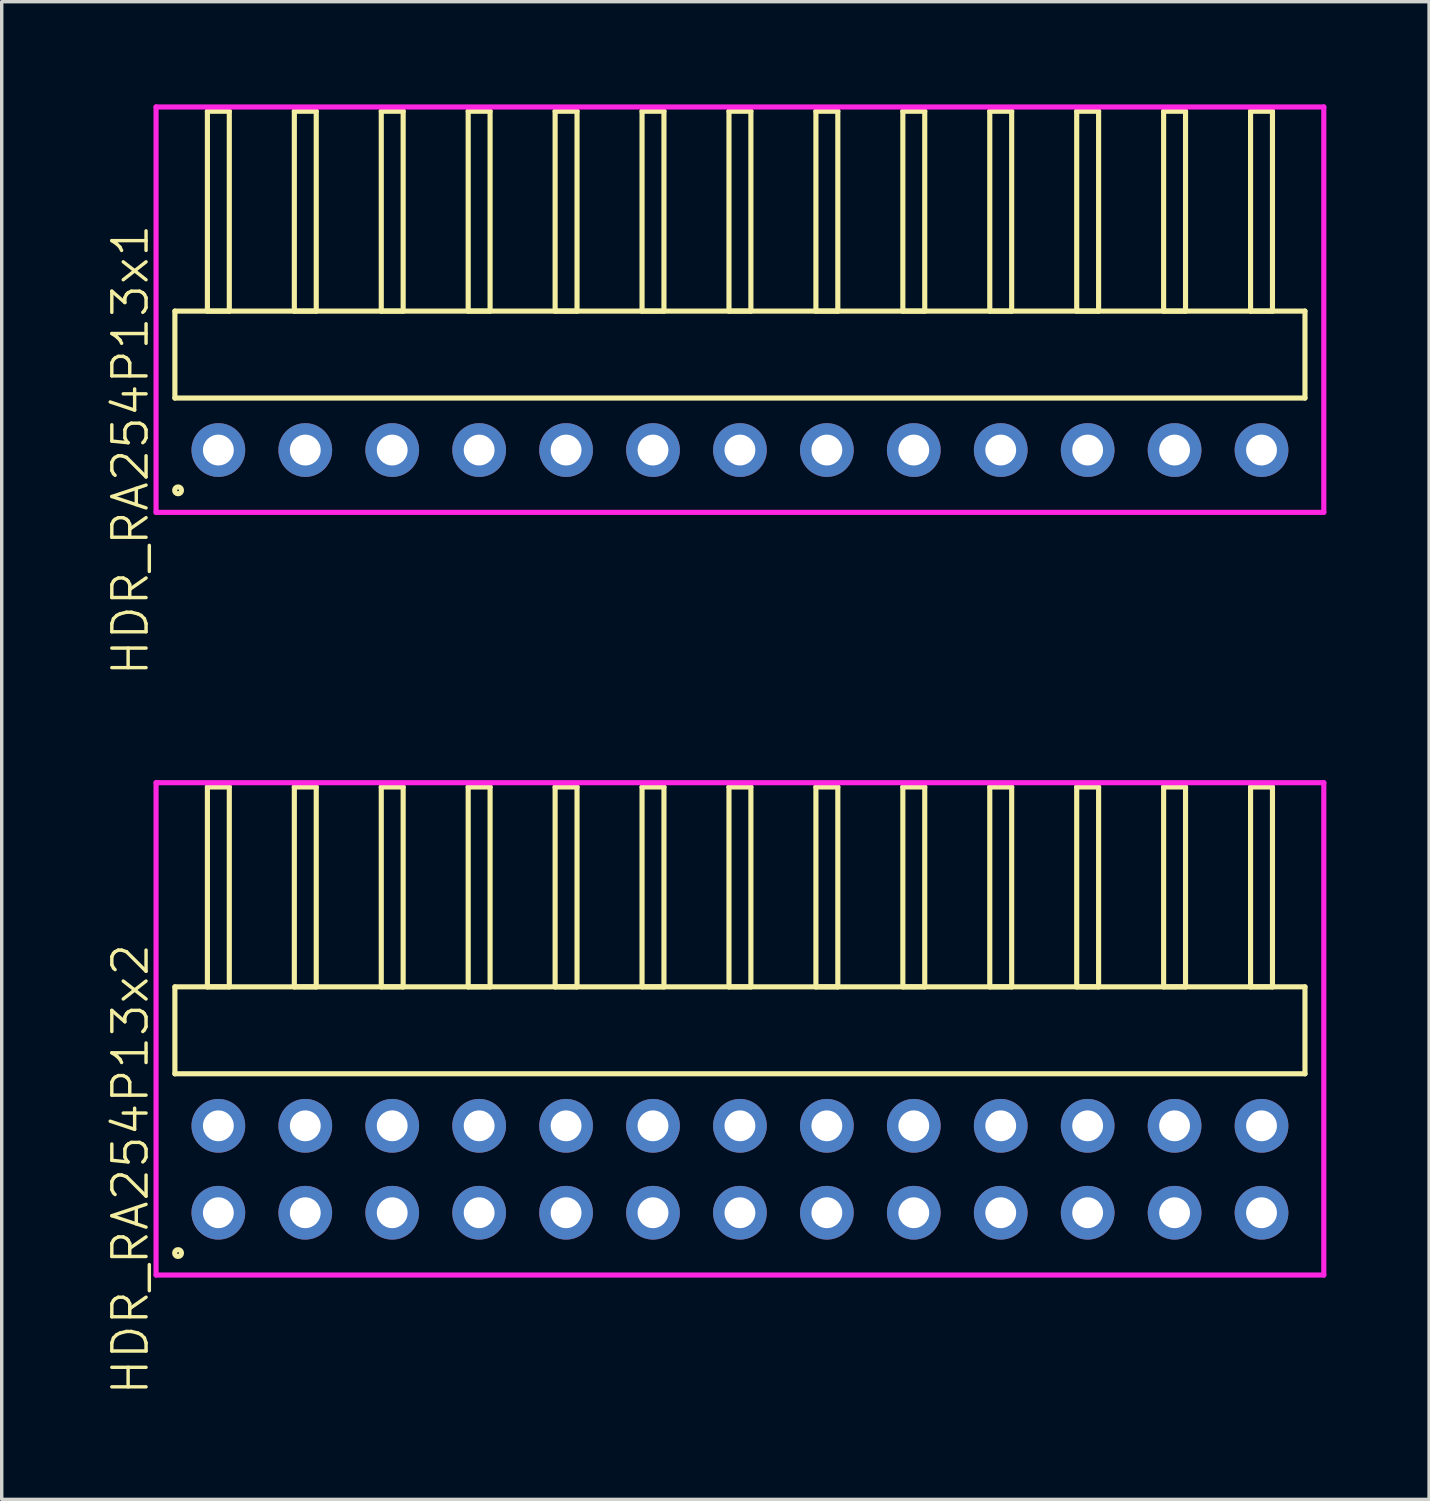
<source format=kicad_pcb>
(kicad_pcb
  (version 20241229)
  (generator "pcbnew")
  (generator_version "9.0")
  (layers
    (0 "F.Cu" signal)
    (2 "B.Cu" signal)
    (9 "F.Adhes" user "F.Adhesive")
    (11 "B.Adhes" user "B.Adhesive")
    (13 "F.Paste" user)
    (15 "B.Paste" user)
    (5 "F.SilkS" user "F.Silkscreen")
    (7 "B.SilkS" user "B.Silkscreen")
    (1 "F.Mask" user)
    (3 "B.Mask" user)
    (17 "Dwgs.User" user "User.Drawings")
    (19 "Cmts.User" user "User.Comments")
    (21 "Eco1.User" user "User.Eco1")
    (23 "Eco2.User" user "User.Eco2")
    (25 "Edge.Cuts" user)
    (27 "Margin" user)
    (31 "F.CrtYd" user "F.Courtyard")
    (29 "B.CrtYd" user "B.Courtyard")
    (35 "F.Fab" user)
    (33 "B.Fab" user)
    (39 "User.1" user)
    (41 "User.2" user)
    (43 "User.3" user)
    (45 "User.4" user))
  (footprint "HDR_RA254P13x1"
    (layer "F.Cu")
    (at 18.57 10.1)
    (property "Reference" "HDR_RA254P13x1" (at -17.81 0 90) (layer "F.SilkS") (effects (font (size 1 1) (thickness 0.1))))
    (attr through_hole)
    (fp_line (start -16.51 -4.06) (end -16.51 -1.52) (stroke (width 0.15) (type solid)) (layer "F.SilkS"))
    (fp_line (start -16.51 -1.52) (end 16.51 -1.52) (stroke (width 0.15) (type solid)) (layer "F.SilkS"))
    (fp_line (start -15.56 -9.9) (end -15.56 -4.06) (stroke (width 0.15) (type solid)) (layer "F.SilkS"))
    (fp_line (start -15.56 -4.06) (end -14.92 -4.06) (stroke (width 0.15) (type solid)) (layer "F.SilkS"))
    (fp_line (start -14.92 -9.9) (end -15.56 -9.9) (stroke (width 0.15) (type solid)) (layer "F.SilkS"))
    (fp_line (start -14.92 -4.06) (end -14.92 -9.9) (stroke (width 0.15) (type solid)) (layer "F.SilkS"))
    (fp_line (start -13.02 -9.9) (end -13.02 -4.06) (stroke (width 0.15) (type solid)) (layer "F.SilkS"))
    (fp_line (start -13.02 -4.06) (end -12.38 -4.06) (stroke (width 0.15) (type solid)) (layer "F.SilkS"))
    (fp_line (start -12.38 -9.9) (end -13.02 -9.9) (stroke (width 0.15) (type solid)) (layer "F.SilkS"))
    (fp_line (start -12.38 -4.06) (end -12.38 -9.9) (stroke (width 0.15) (type solid)) (layer "F.SilkS"))
    (fp_line (start -10.48 -9.9) (end -10.48 -4.06) (stroke (width 0.15) (type solid)) (layer "F.SilkS"))
    (fp_line (start -10.48 -4.06) (end -9.84 -4.06) (stroke (width 0.15) (type solid)) (layer "F.SilkS"))
    (fp_line (start -9.84 -9.9) (end -10.48 -9.9) (stroke (width 0.15) (type solid)) (layer "F.SilkS"))
    (fp_line (start -9.84 -4.06) (end -9.84 -9.9) (stroke (width 0.15) (type solid)) (layer "F.SilkS"))
    (fp_line (start -7.94 -9.9) (end -7.94 -4.06) (stroke (width 0.15) (type solid)) (layer "F.SilkS"))
    (fp_line (start -7.94 -4.06) (end -7.3 -4.06) (stroke (width 0.15) (type solid)) (layer "F.SilkS"))
    (fp_line (start -7.3 -9.9) (end -7.94 -9.9) (stroke (width 0.15) (type solid)) (layer "F.SilkS"))
    (fp_line (start -7.3 -4.06) (end -7.3 -9.9) (stroke (width 0.15) (type solid)) (layer "F.SilkS"))
    (fp_line (start -5.4 -9.9) (end -5.4 -4.06) (stroke (width 0.15) (type solid)) (layer "F.SilkS"))
    (fp_line (start -5.4 -4.06) (end -4.76 -4.06) (stroke (width 0.15) (type solid)) (layer "F.SilkS"))
    (fp_line (start -4.76 -9.9) (end -5.4 -9.9) (stroke (width 0.15) (type solid)) (layer "F.SilkS"))
    (fp_line (start -4.76 -4.06) (end -4.76 -9.9) (stroke (width 0.15) (type solid)) (layer "F.SilkS"))
    (fp_line (start -2.86 -9.9) (end -2.86 -4.06) (stroke (width 0.15) (type solid)) (layer "F.SilkS"))
    (fp_line (start -2.86 -4.06) (end -2.22 -4.06) (stroke (width 0.15) (type solid)) (layer "F.SilkS"))
    (fp_line (start -2.22 -9.9) (end -2.86 -9.9) (stroke (width 0.15) (type solid)) (layer "F.SilkS"))
    (fp_line (start -2.22 -4.06) (end -2.22 -9.9) (stroke (width 0.15) (type solid)) (layer "F.SilkS"))
    (fp_line (start -0.32 -9.9) (end -0.32 -4.06) (stroke (width 0.15) (type solid)) (layer "F.SilkS"))
    (fp_line (start -0.32 -4.06) (end 0.32 -4.06) (stroke (width 0.15) (type solid)) (layer "F.SilkS"))
    (fp_line (start 0.32 -9.9) (end -0.32 -9.9) (stroke (width 0.15) (type solid)) (layer "F.SilkS"))
    (fp_line (start 0.32 -4.06) (end 0.32 -9.9) (stroke (width 0.15) (type solid)) (layer "F.SilkS"))
    (fp_line (start 2.22 -9.9) (end 2.22 -4.06) (stroke (width 0.15) (type solid)) (layer "F.SilkS"))
    (fp_line (start 2.22 -4.06) (end 2.86 -4.06) (stroke (width 0.15) (type solid)) (layer "F.SilkS"))
    (fp_line (start 2.86 -9.9) (end 2.22 -9.9) (stroke (width 0.15) (type solid)) (layer "F.SilkS"))
    (fp_line (start 2.86 -4.06) (end 2.86 -9.9) (stroke (width 0.15) (type solid)) (layer "F.SilkS"))
    (fp_line (start 4.76 -9.9) (end 4.76 -4.06) (stroke (width 0.15) (type solid)) (layer "F.SilkS"))
    (fp_line (start 4.76 -4.06) (end 5.4 -4.06) (stroke (width 0.15) (type solid)) (layer "F.SilkS"))
    (fp_line (start 5.4 -9.9) (end 4.76 -9.9) (stroke (width 0.15) (type solid)) (layer "F.SilkS"))
    (fp_line (start 5.4 -4.06) (end 5.4 -9.9) (stroke (width 0.15) (type solid)) (layer "F.SilkS"))
    (fp_line (start 7.3 -9.9) (end 7.3 -4.06) (stroke (width 0.15) (type solid)) (layer "F.SilkS"))
    (fp_line (start 7.3 -4.06) (end 7.94 -4.06) (stroke (width 0.15) (type solid)) (layer "F.SilkS"))
    (fp_line (start 7.94 -9.9) (end 7.3 -9.9) (stroke (width 0.15) (type solid)) (layer "F.SilkS"))
    (fp_line (start 7.94 -4.06) (end 7.94 -9.9) (stroke (width 0.15) (type solid)) (layer "F.SilkS"))
    (fp_line (start 9.84 -9.9) (end 9.84 -4.06) (stroke (width 0.15) (type solid)) (layer "F.SilkS"))
    (fp_line (start 9.84 -4.06) (end 10.48 -4.06) (stroke (width 0.15) (type solid)) (layer "F.SilkS"))
    (fp_line (start 10.48 -9.9) (end 9.84 -9.9) (stroke (width 0.15) (type solid)) (layer "F.SilkS"))
    (fp_line (start 10.48 -4.06) (end 10.48 -9.9) (stroke (width 0.15) (type solid)) (layer "F.SilkS"))
    (fp_line (start 12.38 -9.9) (end 12.38 -4.06) (stroke (width 0.15) (type solid)) (layer "F.SilkS"))
    (fp_line (start 12.38 -4.06) (end 13.02 -4.06) (stroke (width 0.15) (type solid)) (layer "F.SilkS"))
    (fp_line (start 13.02 -9.9) (end 12.38 -9.9) (stroke (width 0.15) (type solid)) (layer "F.SilkS"))
    (fp_line (start 13.02 -4.06) (end 13.02 -9.9) (stroke (width 0.15) (type solid)) (layer "F.SilkS"))
    (fp_line (start 14.92 -9.9) (end 14.92 -4.06) (stroke (width 0.15) (type solid)) (layer "F.SilkS"))
    (fp_line (start 14.92 -4.06) (end 15.56 -4.06) (stroke (width 0.15) (type solid)) (layer "F.SilkS"))
    (fp_line (start 15.56 -9.9) (end 14.92 -9.9) (stroke (width 0.15) (type solid)) (layer "F.SilkS"))
    (fp_line (start 15.56 -4.06) (end 15.56 -9.9) (stroke (width 0.15) (type solid)) (layer "F.SilkS"))
    (fp_line (start 16.51 -4.06) (end -16.51 -4.06) (stroke (width 0.15) (type solid)) (layer "F.SilkS"))
    (fp_line (start 16.51 -1.52) (end 16.51 -4.06) (stroke (width 0.15) (type solid)) (layer "F.SilkS"))
    (fp_circle (center -16.417 1.177) (end -16.317 1.177) (stroke (width 0.15) (type solid)) (fill no) (layer "F.SilkS"))
    (fp_line (start -17.06 -10.025) (end -17.06 1.82) (stroke (width 0.15) (type solid)) (layer "F.CrtYd"))
    (fp_line (start -17.06 1.82) (end 17.06 1.82) (stroke (width 0.15) (type solid)) (layer "F.CrtYd"))
    (fp_line (start 17.06 -10.025) (end -17.06 -10.025) (stroke (width 0.15) (type solid)) (layer "F.CrtYd"))
    (fp_line (start 17.06 1.82) (end 17.06 -10.025) (stroke (width 0.15) (type solid)) (layer "F.CrtYd"))
    (pad "1" thru_hole oval (at -15.24 0) (size 1.57 1.57) (drill 0.9) (layers "*.Cu" "*.Mask"))
    (pad "2" thru_hole oval (at -12.7 0) (size 1.57 1.57) (drill 0.9) (layers "*.Cu" "*.Mask"))
    (pad "3" thru_hole oval (at -10.16 0) (size 1.57 1.57) (drill 0.9) (layers "*.Cu" "*.Mask"))
    (pad "4" thru_hole oval (at -7.62 0) (size 1.57 1.57) (drill 0.9) (layers "*.Cu" "*.Mask"))
    (pad "5" thru_hole oval (at -5.08 0) (size 1.57 1.57) (drill 0.9) (layers "*.Cu" "*.Mask"))
    (pad "6" thru_hole oval (at -2.54 0) (size 1.57 1.57) (drill 0.9) (layers "*.Cu" "*.Mask"))
    (pad "7" thru_hole oval (at 0 0) (size 1.57 1.57) (drill 0.9) (layers "*.Cu" "*.Mask"))
    (pad "8" thru_hole oval (at 2.54 0) (size 1.57 1.57) (drill 0.9) (layers "*.Cu" "*.Mask"))
    (pad "9" thru_hole oval (at 5.08 0) (size 1.57 1.57) (drill 0.9) (layers "*.Cu" "*.Mask"))
    (pad "10" thru_hole oval (at 7.62 0) (size 1.57 1.57) (drill 0.9) (layers "*.Cu" "*.Mask"))
    (pad "11" thru_hole oval (at 10.16 0) (size 1.57 1.57) (drill 0.9) (layers "*.Cu" "*.Mask"))
    (pad "12" thru_hole oval (at 12.7 0) (size 1.57 1.57) (drill 0.9) (layers "*.Cu" "*.Mask"))
    (pad "13" thru_hole oval (at 15.24 0) (size 1.57 1.57) (drill 0.9) (layers "*.Cu" "*.Mask")))
  (footprint "HDR_RA254P13x2"
    (layer "F.Cu")
    (at 18.57 31.115)
    (property "Reference" "HDR_RA254P13x2" (at -17.81 0 90) (layer "F.SilkS") (effects (font (size 1 1) (thickness 0.1))))
    (attr through_hole)
    (fp_line (start -16.51 -5.33) (end -16.51 -2.79) (stroke (width 0.15) (type solid)) (layer "F.SilkS"))
    (fp_line (start -16.51 -2.79) (end 16.51 -2.79) (stroke (width 0.15) (type solid)) (layer "F.SilkS"))
    (fp_line (start -15.56 -11.17) (end -15.56 -5.33) (stroke (width 0.15) (type solid)) (layer "F.SilkS"))
    (fp_line (start -15.56 -5.33) (end -14.92 -5.33) (stroke (width 0.15) (type solid)) (layer "F.SilkS"))
    (fp_line (start -14.92 -11.17) (end -15.56 -11.17) (stroke (width 0.15) (type solid)) (layer "F.SilkS"))
    (fp_line (start -14.92 -5.33) (end -14.92 -11.17) (stroke (width 0.15) (type solid)) (layer "F.SilkS"))
    (fp_line (start -13.02 -11.17) (end -13.02 -5.33) (stroke (width 0.15) (type solid)) (layer "F.SilkS"))
    (fp_line (start -13.02 -5.33) (end -12.38 -5.33) (stroke (width 0.15) (type solid)) (layer "F.SilkS"))
    (fp_line (start -12.38 -11.17) (end -13.02 -11.17) (stroke (width 0.15) (type solid)) (layer "F.SilkS"))
    (fp_line (start -12.38 -5.33) (end -12.38 -11.17) (stroke (width 0.15) (type solid)) (layer "F.SilkS"))
    (fp_line (start -10.48 -11.17) (end -10.48 -5.33) (stroke (width 0.15) (type solid)) (layer "F.SilkS"))
    (fp_line (start -10.48 -5.33) (end -9.84 -5.33) (stroke (width 0.15) (type solid)) (layer "F.SilkS"))
    (fp_line (start -9.84 -11.17) (end -10.48 -11.17) (stroke (width 0.15) (type solid)) (layer "F.SilkS"))
    (fp_line (start -9.84 -5.33) (end -9.84 -11.17) (stroke (width 0.15) (type solid)) (layer "F.SilkS"))
    (fp_line (start -7.94 -11.17) (end -7.94 -5.33) (stroke (width 0.15) (type solid)) (layer "F.SilkS"))
    (fp_line (start -7.94 -5.33) (end -7.3 -5.33) (stroke (width 0.15) (type solid)) (layer "F.SilkS"))
    (fp_line (start -7.3 -11.17) (end -7.94 -11.17) (stroke (width 0.15) (type solid)) (layer "F.SilkS"))
    (fp_line (start -7.3 -5.33) (end -7.3 -11.17) (stroke (width 0.15) (type solid)) (layer "F.SilkS"))
    (fp_line (start -5.4 -11.17) (end -5.4 -5.33) (stroke (width 0.15) (type solid)) (layer "F.SilkS"))
    (fp_line (start -5.4 -5.33) (end -4.76 -5.33) (stroke (width 0.15) (type solid)) (layer "F.SilkS"))
    (fp_line (start -4.76 -11.17) (end -5.4 -11.17) (stroke (width 0.15) (type solid)) (layer "F.SilkS"))
    (fp_line (start -4.76 -5.33) (end -4.76 -11.17) (stroke (width 0.15) (type solid)) (layer "F.SilkS"))
    (fp_line (start -2.86 -11.17) (end -2.86 -5.33) (stroke (width 0.15) (type solid)) (layer "F.SilkS"))
    (fp_line (start -2.86 -5.33) (end -2.22 -5.33) (stroke (width 0.15) (type solid)) (layer "F.SilkS"))
    (fp_line (start -2.22 -11.17) (end -2.86 -11.17) (stroke (width 0.15) (type solid)) (layer "F.SilkS"))
    (fp_line (start -2.22 -5.33) (end -2.22 -11.17) (stroke (width 0.15) (type solid)) (layer "F.SilkS"))
    (fp_line (start -0.32 -11.17) (end -0.32 -5.33) (stroke (width 0.15) (type solid)) (layer "F.SilkS"))
    (fp_line (start -0.32 -5.33) (end 0.32 -5.33) (stroke (width 0.15) (type solid)) (layer "F.SilkS"))
    (fp_line (start 0.32 -11.17) (end -0.32 -11.17) (stroke (width 0.15) (type solid)) (layer "F.SilkS"))
    (fp_line (start 0.32 -5.33) (end 0.32 -11.17) (stroke (width 0.15) (type solid)) (layer "F.SilkS"))
    (fp_line (start 2.22 -11.17) (end 2.22 -5.33) (stroke (width 0.15) (type solid)) (layer "F.SilkS"))
    (fp_line (start 2.22 -5.33) (end 2.86 -5.33) (stroke (width 0.15) (type solid)) (layer "F.SilkS"))
    (fp_line (start 2.86 -11.17) (end 2.22 -11.17) (stroke (width 0.15) (type solid)) (layer "F.SilkS"))
    (fp_line (start 2.86 -5.33) (end 2.86 -11.17) (stroke (width 0.15) (type solid)) (layer "F.SilkS"))
    (fp_line (start 4.76 -11.17) (end 4.76 -5.33) (stroke (width 0.15) (type solid)) (layer "F.SilkS"))
    (fp_line (start 4.76 -5.33) (end 5.4 -5.33) (stroke (width 0.15) (type solid)) (layer "F.SilkS"))
    (fp_line (start 5.4 -11.17) (end 4.76 -11.17) (stroke (width 0.15) (type solid)) (layer "F.SilkS"))
    (fp_line (start 5.4 -5.33) (end 5.4 -11.17) (stroke (width 0.15) (type solid)) (layer "F.SilkS"))
    (fp_line (start 7.3 -11.17) (end 7.3 -5.33) (stroke (width 0.15) (type solid)) (layer "F.SilkS"))
    (fp_line (start 7.3 -5.33) (end 7.94 -5.33) (stroke (width 0.15) (type solid)) (layer "F.SilkS"))
    (fp_line (start 7.94 -11.17) (end 7.3 -11.17) (stroke (width 0.15) (type solid)) (layer "F.SilkS"))
    (fp_line (start 7.94 -5.33) (end 7.94 -11.17) (stroke (width 0.15) (type solid)) (layer "F.SilkS"))
    (fp_line (start 9.84 -11.17) (end 9.84 -5.33) (stroke (width 0.15) (type solid)) (layer "F.SilkS"))
    (fp_line (start 9.84 -5.33) (end 10.48 -5.33) (stroke (width 0.15) (type solid)) (layer "F.SilkS"))
    (fp_line (start 10.48 -11.17) (end 9.84 -11.17) (stroke (width 0.15) (type solid)) (layer "F.SilkS"))
    (fp_line (start 10.48 -5.33) (end 10.48 -11.17) (stroke (width 0.15) (type solid)) (layer "F.SilkS"))
    (fp_line (start 12.38 -11.17) (end 12.38 -5.33) (stroke (width 0.15) (type solid)) (layer "F.SilkS"))
    (fp_line (start 12.38 -5.33) (end 13.02 -5.33) (stroke (width 0.15) (type solid)) (layer "F.SilkS"))
    (fp_line (start 13.02 -11.17) (end 12.38 -11.17) (stroke (width 0.15) (type solid)) (layer "F.SilkS"))
    (fp_line (start 13.02 -5.33) (end 13.02 -11.17) (stroke (width 0.15) (type solid)) (layer "F.SilkS"))
    (fp_line (start 14.92 -11.17) (end 14.92 -5.33) (stroke (width 0.15) (type solid)) (layer "F.SilkS"))
    (fp_line (start 14.92 -5.33) (end 15.56 -5.33) (stroke (width 0.15) (type solid)) (layer "F.SilkS"))
    (fp_line (start 15.56 -11.17) (end 14.92 -11.17) (stroke (width 0.15) (type solid)) (layer "F.SilkS"))
    (fp_line (start 15.56 -5.33) (end 15.56 -11.17) (stroke (width 0.15) (type solid)) (layer "F.SilkS"))
    (fp_line (start 16.51 -5.33) (end -16.51 -5.33) (stroke (width 0.15) (type solid)) (layer "F.SilkS"))
    (fp_line (start 16.51 -2.79) (end 16.51 -5.33) (stroke (width 0.15) (type solid)) (layer "F.SilkS"))
    (fp_circle (center -16.417 2.448) (end -16.317 2.448) (stroke (width 0.15) (type solid)) (fill no) (layer "F.SilkS"))
    (fp_line (start -17.06 -11.295) (end -17.06 3.09) (stroke (width 0.15) (type solid)) (layer "F.CrtYd"))
    (fp_line (start -17.06 3.09) (end 17.06 3.09) (stroke (width 0.15) (type solid)) (layer "F.CrtYd"))
    (fp_line (start 17.06 -11.295) (end -17.06 -11.295) (stroke (width 0.15) (type solid)) (layer "F.CrtYd"))
    (fp_line (start 17.06 3.09) (end 17.06 -11.295) (stroke (width 0.15) (type solid)) (layer "F.CrtYd"))
    (pad "1" thru_hole oval (at -15.24 1.27) (size 1.57 1.57) (drill 0.9) (layers "*.Cu" "*.Mask"))
    (pad "2" thru_hole oval (at -15.24 -1.27) (size 1.57 1.57) (drill 0.9) (layers "*.Cu" "*.Mask"))
    (pad "3" thru_hole oval (at -12.7 1.27) (size 1.57 1.57) (drill 0.9) (layers "*.Cu" "*.Mask"))
    (pad "4" thru_hole oval (at -12.7 -1.27) (size 1.57 1.57) (drill 0.9) (layers "*.Cu" "*.Mask"))
    (pad "5" thru_hole oval (at -10.16 1.27) (size 1.57 1.57) (drill 0.9) (layers "*.Cu" "*.Mask"))
    (pad "6" thru_hole oval (at -10.16 -1.27) (size 1.57 1.57) (drill 0.9) (layers "*.Cu" "*.Mask"))
    (pad "7" thru_hole oval (at -7.62 1.27) (size 1.57 1.57) (drill 0.9) (layers "*.Cu" "*.Mask"))
    (pad "8" thru_hole oval (at -7.62 -1.27) (size 1.57 1.57) (drill 0.9) (layers "*.Cu" "*.Mask"))
    (pad "9" thru_hole oval (at -5.08 1.27) (size 1.57 1.57) (drill 0.9) (layers "*.Cu" "*.Mask"))
    (pad "10" thru_hole oval (at -5.08 -1.27) (size 1.57 1.57) (drill 0.9) (layers "*.Cu" "*.Mask"))
    (pad "11" thru_hole oval (at -2.54 1.27) (size 1.57 1.57) (drill 0.9) (layers "*.Cu" "*.Mask"))
    (pad "12" thru_hole oval (at -2.54 -1.27) (size 1.57 1.57) (drill 0.9) (layers "*.Cu" "*.Mask"))
    (pad "13" thru_hole oval (at 0 1.27) (size 1.57 1.57) (drill 0.9) (layers "*.Cu" "*.Mask"))
    (pad "14" thru_hole oval (at 0 -1.27) (size 1.57 1.57) (drill 0.9) (layers "*.Cu" "*.Mask"))
    (pad "15" thru_hole oval (at 2.54 1.27) (size 1.57 1.57) (drill 0.9) (layers "*.Cu" "*.Mask"))
    (pad "16" thru_hole oval (at 2.54 -1.27) (size 1.57 1.57) (drill 0.9) (layers "*.Cu" "*.Mask"))
    (pad "17" thru_hole oval (at 5.08 1.27) (size 1.57 1.57) (drill 0.9) (layers "*.Cu" "*.Mask"))
    (pad "18" thru_hole oval (at 5.08 -1.27) (size 1.57 1.57) (drill 0.9) (layers "*.Cu" "*.Mask"))
    (pad "19" thru_hole oval (at 7.62 1.27) (size 1.57 1.57) (drill 0.9) (layers "*.Cu" "*.Mask"))
    (pad "20" thru_hole oval (at 7.62 -1.27) (size 1.57 1.57) (drill 0.9) (layers "*.Cu" "*.Mask"))
    (pad "21" thru_hole oval (at 10.16 1.27) (size 1.57 1.57) (drill 0.9) (layers "*.Cu" "*.Mask"))
    (pad "22" thru_hole oval (at 10.16 -1.27) (size 1.57 1.57) (drill 0.9) (layers "*.Cu" "*.Mask"))
    (pad "23" thru_hole oval (at 12.7 1.27) (size 1.57 1.57) (drill 0.9) (layers "*.Cu" "*.Mask"))
    (pad "24" thru_hole oval (at 12.7 -1.27) (size 1.57 1.57) (drill 0.9) (layers "*.Cu" "*.Mask"))
    (pad "25" thru_hole oval (at 15.24 1.27) (size 1.57 1.57) (drill 0.9) (layers "*.Cu" "*.Mask"))
    (pad "26" thru_hole oval (at 15.24 -1.27) (size 1.57 1.57) (drill 0.9) (layers "*.Cu" "*.Mask")))
  (gr_rect
    (start -3 -3)
    (end 38.706 40.76)
    (stroke (width 0.1) (type default))
    (fill no)
    (layer "Edge.Cuts")))
</source>
